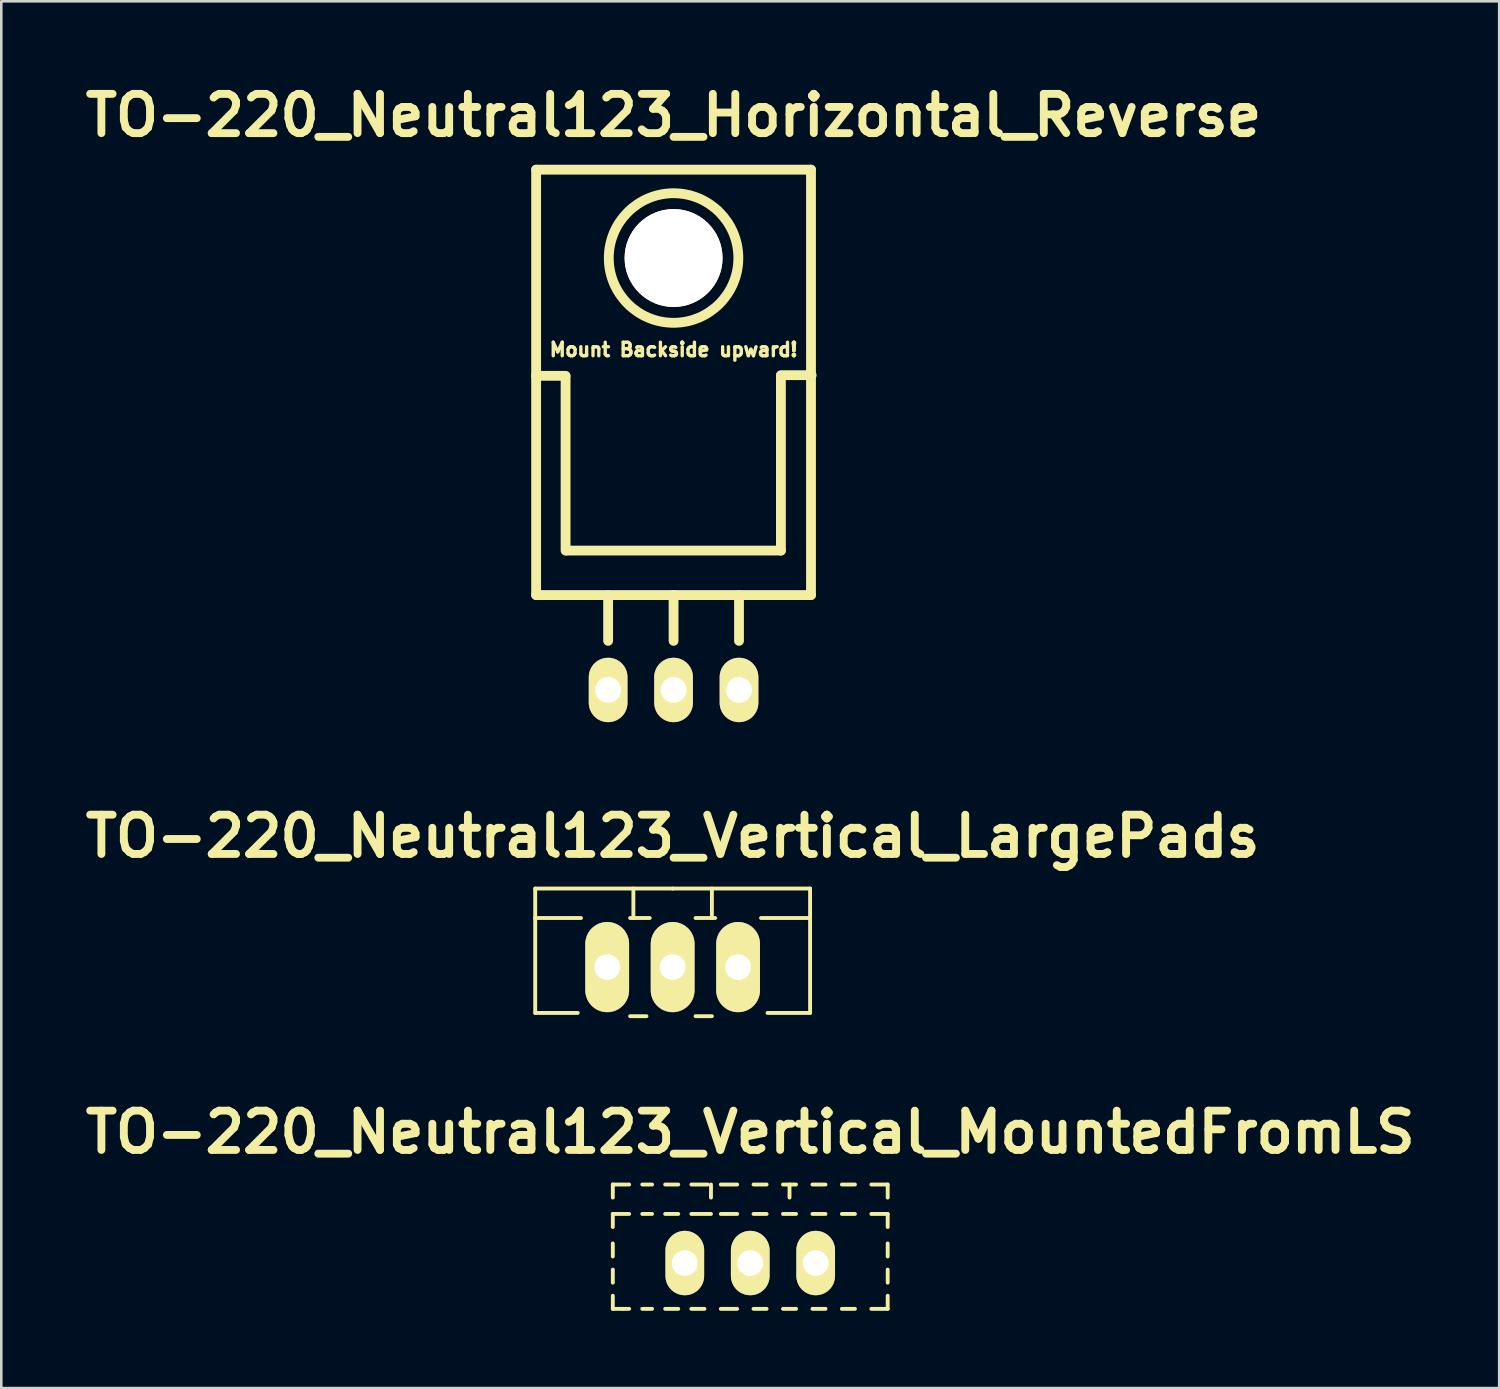
<source format=kicad_pcb>
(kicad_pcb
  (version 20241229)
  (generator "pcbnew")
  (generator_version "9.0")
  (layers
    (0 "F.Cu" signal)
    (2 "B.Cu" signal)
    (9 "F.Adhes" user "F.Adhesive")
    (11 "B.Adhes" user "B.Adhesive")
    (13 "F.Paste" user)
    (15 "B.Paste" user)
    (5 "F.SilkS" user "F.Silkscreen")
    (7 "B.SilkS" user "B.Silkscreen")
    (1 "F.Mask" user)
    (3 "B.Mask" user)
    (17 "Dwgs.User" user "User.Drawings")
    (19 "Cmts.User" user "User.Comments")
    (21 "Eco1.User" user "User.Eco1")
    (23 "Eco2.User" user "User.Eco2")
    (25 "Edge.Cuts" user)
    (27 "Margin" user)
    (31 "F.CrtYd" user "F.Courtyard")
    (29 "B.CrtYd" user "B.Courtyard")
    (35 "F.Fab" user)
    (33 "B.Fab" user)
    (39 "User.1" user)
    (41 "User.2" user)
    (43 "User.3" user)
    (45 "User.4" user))
  (footprint "TO-220_Neutral123_Horizontal_Reverse"
    (layer "F.Cu")
    (at 23.092 23.728)
    (property "Reference" "TO-220_Neutral123_Horizontal_Reverse" (at 0 -22.301 0) (layer "F.SilkS") (effects (font (size 1.524 1.524) (thickness 0.305))))
    (attr through_hole)
    (fp_line (start -5.334 -20.193) (end -5.334 -12.192) (stroke (width 0.381) (type solid)) (layer "F.SilkS"))
    (fp_line (start -5.334 -12.192) (end -5.334 -3.683) (stroke (width 0.381) (type solid)) (layer "F.SilkS"))
    (fp_line (start -4.191 -12.192) (end -5.334 -12.192) (stroke (width 0.381) (type solid)) (layer "F.SilkS"))
    (fp_line (start -4.191 -5.41) (end -4.191 -12.167) (stroke (width 0.381) (type solid)) (layer "F.SilkS"))
    (fp_line (start -2.54 -3.683) (end -2.54 -1.905) (stroke (width 0.381) (type solid)) (layer "F.SilkS"))
    (fp_line (start 0 -3.683) (end -5.334 -3.683) (stroke (width 0.381) (type solid)) (layer "F.SilkS"))
    (fp_line (start 0 -3.683) (end 0 -1.905) (stroke (width 0.381) (type solid)) (layer "F.SilkS"))
    (fp_line (start 0 -3.683) (end 5.334 -3.683) (stroke (width 0.381) (type solid)) (layer "F.SilkS"))
    (fp_line (start 2.54 -3.683) (end 2.54 -1.905) (stroke (width 0.381) (type solid)) (layer "F.SilkS"))
    (fp_line (start 4.166 -12.217) (end 5.359 -12.217) (stroke (width 0.381) (type solid)) (layer "F.SilkS"))
    (fp_line (start 4.166 -12.192) (end 4.166 -5.41) (stroke (width 0.381) (type solid)) (layer "F.SilkS"))
    (fp_line (start 4.166 -5.41) (end -4.166 -5.41) (stroke (width 0.381) (type solid)) (layer "F.SilkS"))
    (fp_line (start 5.334 -20.193) (end -5.334 -20.193) (stroke (width 0.381) (type solid)) (layer "F.SilkS"))
    (fp_line (start 5.334 -12.192) (end 5.334 -20.193) (stroke (width 0.381) (type solid)) (layer "F.SilkS"))
    (fp_line (start 5.334 -3.683) (end 5.334 -12.192) (stroke (width 0.381) (type solid)) (layer "F.SilkS"))
    (fp_circle (center 0 -16.764) (end 1.778 -14.986) (stroke (width 0.381) (type solid)) (fill no) (layer "F.SilkS"))
    (fp_text user "Mount Backside upward!" (at 0 -13.208 0) (layer "F.SilkS") (effects (font (size 0.523 0.523) (thickness 0.132))))
    (pad "" np_thru_hole circle (at 0 -16.764 90) (size 3.8 3.8) (drill 3.8) (layers "*.Cu" "*.Mask" "F.SilkS"))
    (pad "1" thru_hole oval (at 2.54 0 90) (size 2.499 1.501) (drill 1.001) (layers "*.Cu" "*.Mask" "F.SilkS"))
    (pad "2" thru_hole oval (at 0 0 90) (size 2.499 1.501) (drill 1.001) (layers "*.Cu" "*.Mask" "F.SilkS"))
    (pad "3" thru_hole oval (at -2.54 0 90) (size 2.499 1.501) (drill 1.001) (layers "*.Cu" "*.Mask" "F.SilkS")))
  (footprint "TO-220_Neutral123_Vertical_LargePads"
    (layer "F.Cu")
    (at 23.056 34.484)
    (property "Reference" "TO-220_Neutral123_Vertical_LargePads" (at 0 -5.08 0) (layer "F.SilkS") (effects (font (size 1.524 1.524) (thickness 0.305))))
    (attr through_hole)
    (fp_line (start -5.334 -1.905) (end -5.334 -3.048) (stroke (width 0.15) (type solid)) (layer "F.SilkS"))
    (fp_line (start -5.334 -1.905) (end -3.556 -1.905) (stroke (width 0.15) (type solid)) (layer "F.SilkS"))
    (fp_line (start -5.334 1.778) (end -5.334 -1.905) (stroke (width 0.15) (type solid)) (layer "F.SilkS"))
    (fp_line (start -5.334 1.778) (end -3.683 1.778) (stroke (width 0.15) (type solid)) (layer "F.SilkS"))
    (fp_line (start -1.524 -3.048) (end -1.524 -1.905) (stroke (width 0.15) (type solid)) (layer "F.SilkS"))
    (fp_line (start -1.524 -1.905) (end -1.651 -1.905) (stroke (width 0.15) (type solid)) (layer "F.SilkS"))
    (fp_line (start -1.524 -1.905) (end -0.889 -1.905) (stroke (width 0.15) (type solid)) (layer "F.SilkS"))
    (fp_line (start -1.016 1.905) (end -1.651 1.905) (stroke (width 0.15) (type solid)) (layer "F.SilkS"))
    (fp_line (start 0 -3.048) (end -5.334 -3.048) (stroke (width 0.15) (type solid)) (layer "F.SilkS"))
    (fp_line (start 0 -3.048) (end 5.334 -3.048) (stroke (width 0.15) (type solid)) (layer "F.SilkS"))
    (fp_line (start 0.889 -1.905) (end 1.651 -1.905) (stroke (width 0.15) (type solid)) (layer "F.SilkS"))
    (fp_line (start 1.524 -3.048) (end 1.524 -1.905) (stroke (width 0.15) (type solid)) (layer "F.SilkS"))
    (fp_line (start 1.524 1.905) (end 0.889 1.905) (stroke (width 0.15) (type solid)) (layer "F.SilkS"))
    (fp_line (start 5.334 -3.048) (end 5.334 -1.905) (stroke (width 0.15) (type solid)) (layer "F.SilkS"))
    (fp_line (start 5.334 -1.905) (end 3.429 -1.905) (stroke (width 0.15) (type solid)) (layer "F.SilkS"))
    (fp_line (start 5.334 -1.905) (end 5.334 1.778) (stroke (width 0.15) (type solid)) (layer "F.SilkS"))
    (fp_line (start 5.334 1.778) (end 3.683 1.778) (stroke (width 0.15) (type solid)) (layer "F.SilkS"))
    (pad "1" thru_hole oval (at -2.54 0 90) (size 3.5 1.699) (drill 1.001) (layers "*.Cu" "*.Mask" "F.SilkS"))
    (pad "2" thru_hole oval (at 0 0 90) (size 3.5 1.699) (drill 1.001) (layers "*.Cu" "*.Mask" "F.SilkS"))
    (pad "3" thru_hole oval (at 2.54 0 90) (size 3.5 1.699) (drill 1.001) (layers "*.Cu" "*.Mask" "F.SilkS")))
  (footprint "TO-220_Neutral123_Vertical_MountedFromLS"
    (layer "F.Cu")
    (at 26.068 45.97)
    (property "Reference" "TO-220_Neutral123_Vertical_MountedFromLS" (at 0 -5.08 0) (layer "F.SilkS") (effects (font (size 1.524 1.524) (thickness 0.305))))
    (attr through_hole)
    (fp_line (start -5.334 -3.048) (end -4.699 -3.048) (stroke (width 0.15) (type solid)) (layer "F.SilkS"))
    (fp_line (start -5.334 -2.54) (end -5.334 -3.048) (stroke (width 0.15) (type solid)) (layer "F.SilkS"))
    (fp_line (start -5.334 -1.397) (end -5.334 -1.905) (stroke (width 0.15) (type solid)) (layer "F.SilkS"))
    (fp_line (start -5.334 -0.254) (end -5.334 -0.762) (stroke (width 0.15) (type solid)) (layer "F.SilkS"))
    (fp_line (start -5.334 0.762) (end -5.334 0.254) (stroke (width 0.15) (type solid)) (layer "F.SilkS"))
    (fp_line (start -5.334 1.778) (end -5.334 1.27) (stroke (width 0.15) (type solid)) (layer "F.SilkS"))
    (fp_line (start -5.334 1.778) (end -4.953 1.778) (stroke (width 0.15) (type solid)) (layer "F.SilkS"))
    (fp_line (start -4.953 1.778) (end -4.699 1.778) (stroke (width 0.15) (type solid)) (layer "F.SilkS"))
    (fp_line (start -4.699 -1.905) (end -5.334 -1.905) (stroke (width 0.15) (type solid)) (layer "F.SilkS"))
    (fp_line (start -4.191 -3.048) (end -3.81 -3.048) (stroke (width 0.15) (type solid)) (layer "F.SilkS"))
    (fp_line (start -4.191 1.778) (end -3.81 1.778) (stroke (width 0.15) (type solid)) (layer "F.SilkS"))
    (fp_line (start -3.81 -1.905) (end -4.191 -1.905) (stroke (width 0.15) (type solid)) (layer "F.SilkS"))
    (fp_line (start -3.302 -3.048) (end -2.794 -3.048) (stroke (width 0.15) (type solid)) (layer "F.SilkS"))
    (fp_line (start -3.302 1.778) (end -2.794 1.778) (stroke (width 0.15) (type solid)) (layer "F.SilkS"))
    (fp_line (start -2.794 -1.905) (end -3.302 -1.905) (stroke (width 0.15) (type solid)) (layer "F.SilkS"))
    (fp_line (start -2.286 -3.048) (end -1.651 -3.048) (stroke (width 0.15) (type solid)) (layer "F.SilkS"))
    (fp_line (start -2.286 1.778) (end -1.778 1.778) (stroke (width 0.15) (type solid)) (layer "F.SilkS"))
    (fp_line (start -1.524 -3.048) (end -1.524 -2.54) (stroke (width 0.15) (type solid)) (layer "F.SilkS"))
    (fp_line (start -1.524 -1.905) (end -2.286 -1.905) (stroke (width 0.15) (type solid)) (layer "F.SilkS"))
    (fp_line (start -1.143 -3.048) (end -0.508 -3.048) (stroke (width 0.15) (type solid)) (layer "F.SilkS"))
    (fp_line (start -1.143 -1.905) (end -0.508 -1.905) (stroke (width 0.15) (type solid)) (layer "F.SilkS"))
    (fp_line (start -1.143 1.778) (end -0.508 1.778) (stroke (width 0.15) (type solid)) (layer "F.SilkS"))
    (fp_line (start 0.127 -3.048) (end 0.635 -3.048) (stroke (width 0.15) (type solid)) (layer "F.SilkS"))
    (fp_line (start 0.127 -1.905) (end 0.635 -1.905) (stroke (width 0.15) (type solid)) (layer "F.SilkS"))
    (fp_line (start 0.127 1.778) (end 0.635 1.778) (stroke (width 0.15) (type solid)) (layer "F.SilkS"))
    (fp_line (start 1.27 -3.048) (end 1.778 -3.048) (stroke (width 0.15) (type solid)) (layer "F.SilkS"))
    (fp_line (start 1.27 -1.905) (end 1.778 -1.905) (stroke (width 0.15) (type solid)) (layer "F.SilkS"))
    (fp_line (start 1.27 1.778) (end 1.778 1.778) (stroke (width 0.15) (type solid)) (layer "F.SilkS"))
    (fp_line (start 1.524 -3.048) (end 1.524 -2.54) (stroke (width 0.15) (type solid)) (layer "F.SilkS"))
    (fp_line (start 2.413 -3.048) (end 2.921 -3.048) (stroke (width 0.15) (type solid)) (layer "F.SilkS"))
    (fp_line (start 2.413 -1.905) (end 2.921 -1.905) (stroke (width 0.15) (type solid)) (layer "F.SilkS"))
    (fp_line (start 2.413 1.778) (end 2.921 1.778) (stroke (width 0.15) (type solid)) (layer "F.SilkS"))
    (fp_line (start 3.556 -3.048) (end 4.064 -3.048) (stroke (width 0.15) (type solid)) (layer "F.SilkS"))
    (fp_line (start 3.556 -1.905) (end 4.064 -1.905) (stroke (width 0.15) (type solid)) (layer "F.SilkS"))
    (fp_line (start 3.556 1.778) (end 4.064 1.778) (stroke (width 0.15) (type solid)) (layer "F.SilkS"))
    (fp_line (start 4.699 -3.048) (end 5.334 -3.048) (stroke (width 0.15) (type solid)) (layer "F.SilkS"))
    (fp_line (start 4.699 -1.905) (end 5.334 -1.905) (stroke (width 0.15) (type solid)) (layer "F.SilkS"))
    (fp_line (start 4.699 1.778) (end 5.334 1.778) (stroke (width 0.15) (type solid)) (layer "F.SilkS"))
    (fp_line (start 5.334 -3.048) (end 5.334 -2.54) (stroke (width 0.15) (type solid)) (layer "F.SilkS"))
    (fp_line (start 5.334 -1.905) (end 5.334 -1.397) (stroke (width 0.15) (type solid)) (layer "F.SilkS"))
    (fp_line (start 5.334 -0.762) (end 5.334 -0.254) (stroke (width 0.15) (type solid)) (layer "F.SilkS"))
    (fp_line (start 5.334 0.254) (end 5.334 0.762) (stroke (width 0.15) (type solid)) (layer "F.SilkS"))
    (fp_line (start 5.334 1.27) (end 5.334 1.778) (stroke (width 0.15) (type solid)) (layer "F.SilkS"))
    (pad "1" thru_hole oval (at 2.54 0 90) (size 2.499 1.501) (drill 1.001) (layers "*.Cu" "*.Mask" "F.SilkS"))
    (pad "2" thru_hole oval (at 0 0 90) (size 2.499 1.501) (drill 1.001) (layers "*.Cu" "*.Mask" "F.SilkS"))
    (pad "3" thru_hole oval (at -2.54 0 90) (size 2.499 1.501) (drill 1.001) (layers "*.Cu" "*.Mask" "F.SilkS")))
  (gr_rect
    (start -3 -3)
    (end 55.135 50.823)
    (stroke (width 0.1) (type default))
    (fill no)
    (layer "Edge.Cuts")))
</source>
